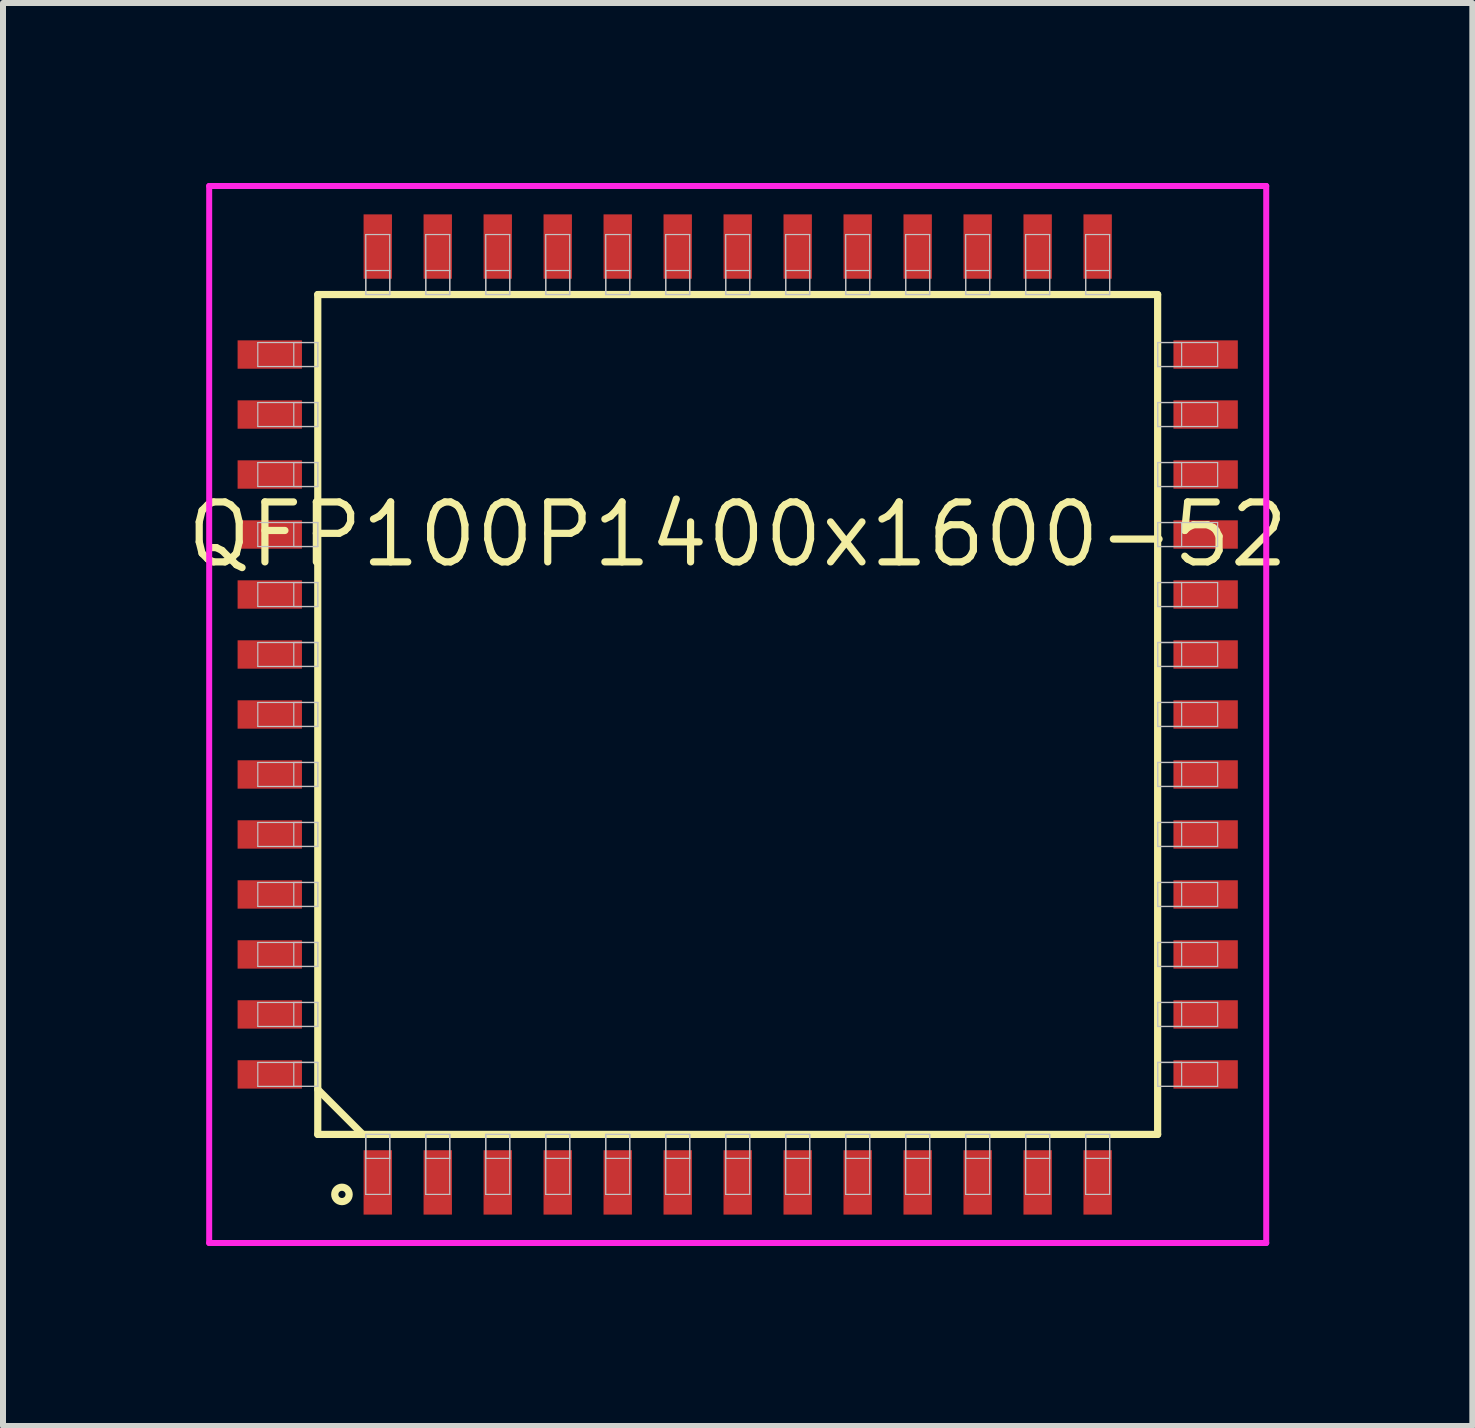
<source format=kicad_pcb>
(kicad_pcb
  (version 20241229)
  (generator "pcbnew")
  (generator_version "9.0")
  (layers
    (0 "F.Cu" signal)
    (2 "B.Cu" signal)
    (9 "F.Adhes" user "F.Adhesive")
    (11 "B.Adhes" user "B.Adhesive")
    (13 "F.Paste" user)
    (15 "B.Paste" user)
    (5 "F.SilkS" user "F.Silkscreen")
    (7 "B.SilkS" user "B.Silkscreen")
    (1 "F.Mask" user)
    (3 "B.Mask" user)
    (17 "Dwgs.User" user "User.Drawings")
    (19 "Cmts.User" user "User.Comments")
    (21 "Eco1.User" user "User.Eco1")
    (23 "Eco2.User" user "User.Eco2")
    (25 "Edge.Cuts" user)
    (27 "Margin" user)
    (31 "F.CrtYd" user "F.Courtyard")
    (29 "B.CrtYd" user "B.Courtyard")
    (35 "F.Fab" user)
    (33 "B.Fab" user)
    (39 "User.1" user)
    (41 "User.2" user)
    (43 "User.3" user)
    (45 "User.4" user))
  (footprint "QFP100P1400x1600-52"
    (layer "F.Cu")
    (at 9.247 8.86)
    (property "Reference" "QFP100P1400x1600-52" (at 0 -3 0) (layer "F.SilkS") (effects (font (size 1 1) (thickness 0.12))))
    (attr through_hole)
    (fp_line (start -7 -7) (end -7 7) (stroke (width 0.12) (type solid)) (layer "F.SilkS"))
    (fp_line (start -7 6.25) (end -6.25 7) (stroke (width 0.12) (type solid)) (layer "F.SilkS"))
    (fp_line (start -7 7) (end 7 7) (stroke (width 0.12) (type solid)) (layer "F.SilkS"))
    (fp_line (start 7 -7) (end -7 -7) (stroke (width 0.12) (type solid)) (layer "F.SilkS"))
    (fp_line (start 7 7) (end 7 -7) (stroke (width 0.12) (type solid)) (layer "F.SilkS"))
    (fp_circle (center -6.597 8) (end -6.477 8) (stroke (width 0.12) (type solid)) (fill no) (layer "F.SilkS"))
    (fp_line (start -8 -6.2) (end -8 -5.8) (stroke (width 0.02) (type solid)) (layer "Dwgs.User"))
    (fp_line (start -8 -5.8) (end -7 -5.8) (stroke (width 0.02) (type solid)) (layer "Dwgs.User"))
    (fp_line (start -8 -5.2) (end -8 -4.8) (stroke (width 0.02) (type solid)) (layer "Dwgs.User"))
    (fp_line (start -8 -4.8) (end -7 -4.8) (stroke (width 0.02) (type solid)) (layer "Dwgs.User"))
    (fp_line (start -8 -4.2) (end -8 -3.8) (stroke (width 0.02) (type solid)) (layer "Dwgs.User"))
    (fp_line (start -8 -3.8) (end -7 -3.8) (stroke (width 0.02) (type solid)) (layer "Dwgs.User"))
    (fp_line (start -8 -3.2) (end -8 -2.8) (stroke (width 0.02) (type solid)) (layer "Dwgs.User"))
    (fp_line (start -8 -2.8) (end -7 -2.8) (stroke (width 0.02) (type solid)) (layer "Dwgs.User"))
    (fp_line (start -8 -2.2) (end -8 -1.8) (stroke (width 0.02) (type solid)) (layer "Dwgs.User"))
    (fp_line (start -8 -1.8) (end -7 -1.8) (stroke (width 0.02) (type solid)) (layer "Dwgs.User"))
    (fp_line (start -8 -1.2) (end -8 -0.8) (stroke (width 0.02) (type solid)) (layer "Dwgs.User"))
    (fp_line (start -8 -0.8) (end -7 -0.8) (stroke (width 0.02) (type solid)) (layer "Dwgs.User"))
    (fp_line (start -8 -0.2) (end -8 0.2) (stroke (width 0.02) (type solid)) (layer "Dwgs.User"))
    (fp_line (start -8 0.2) (end -7 0.2) (stroke (width 0.02) (type solid)) (layer "Dwgs.User"))
    (fp_line (start -8 0.8) (end -8 1.2) (stroke (width 0.02) (type solid)) (layer "Dwgs.User"))
    (fp_line (start -8 1.2) (end -7 1.2) (stroke (width 0.02) (type solid)) (layer "Dwgs.User"))
    (fp_line (start -8 1.8) (end -8 2.2) (stroke (width 0.02) (type solid)) (layer "Dwgs.User"))
    (fp_line (start -8 2.2) (end -7 2.2) (stroke (width 0.02) (type solid)) (layer "Dwgs.User"))
    (fp_line (start -8 2.8) (end -8 3.2) (stroke (width 0.02) (type solid)) (layer "Dwgs.User"))
    (fp_line (start -8 3.2) (end -7 3.2) (stroke (width 0.02) (type solid)) (layer "Dwgs.User"))
    (fp_line (start -8 3.8) (end -8 4.2) (stroke (width 0.02) (type solid)) (layer "Dwgs.User"))
    (fp_line (start -8 4.2) (end -7 4.2) (stroke (width 0.02) (type solid)) (layer "Dwgs.User"))
    (fp_line (start -8 4.8) (end -8 5.2) (stroke (width 0.02) (type solid)) (layer "Dwgs.User"))
    (fp_line (start -8 5.2) (end -7 5.2) (stroke (width 0.02) (type solid)) (layer "Dwgs.User"))
    (fp_line (start -8 5.8) (end -8 6.2) (stroke (width 0.02) (type solid)) (layer "Dwgs.User"))
    (fp_line (start -8 6.2) (end -7 6.2) (stroke (width 0.02) (type solid)) (layer "Dwgs.User"))
    (fp_line (start -7.4 -6.2) (end -7.4 -5.8) (stroke (width 0.02) (type solid)) (layer "Dwgs.User"))
    (fp_line (start -7.4 -5.8) (end -7 -5.8) (stroke (width 0.02) (type solid)) (layer "Dwgs.User"))
    (fp_line (start -7.4 -5.2) (end -7.4 -4.8) (stroke (width 0.02) (type solid)) (layer "Dwgs.User"))
    (fp_line (start -7.4 -4.8) (end -7 -4.8) (stroke (width 0.02) (type solid)) (layer "Dwgs.User"))
    (fp_line (start -7.4 -4.2) (end -7.4 -3.8) (stroke (width 0.02) (type solid)) (layer "Dwgs.User"))
    (fp_line (start -7.4 -3.8) (end -7 -3.8) (stroke (width 0.02) (type solid)) (layer "Dwgs.User"))
    (fp_line (start -7.4 -3.2) (end -7.4 -2.8) (stroke (width 0.02) (type solid)) (layer "Dwgs.User"))
    (fp_line (start -7.4 -2.8) (end -7 -2.8) (stroke (width 0.02) (type solid)) (layer "Dwgs.User"))
    (fp_line (start -7.4 -2.2) (end -7.4 -1.8) (stroke (width 0.02) (type solid)) (layer "Dwgs.User"))
    (fp_line (start -7.4 -1.8) (end -7 -1.8) (stroke (width 0.02) (type solid)) (layer "Dwgs.User"))
    (fp_line (start -7.4 -1.2) (end -7.4 -0.8) (stroke (width 0.02) (type solid)) (layer "Dwgs.User"))
    (fp_line (start -7.4 -0.8) (end -7 -0.8) (stroke (width 0.02) (type solid)) (layer "Dwgs.User"))
    (fp_line (start -7.4 -0.2) (end -7.4 0.2) (stroke (width 0.02) (type solid)) (layer "Dwgs.User"))
    (fp_line (start -7.4 0.2) (end -7 0.2) (stroke (width 0.02) (type solid)) (layer "Dwgs.User"))
    (fp_line (start -7.4 0.8) (end -7.4 1.2) (stroke (width 0.02) (type solid)) (layer "Dwgs.User"))
    (fp_line (start -7.4 1.2) (end -7 1.2) (stroke (width 0.02) (type solid)) (layer "Dwgs.User"))
    (fp_line (start -7.4 1.8) (end -7.4 2.2) (stroke (width 0.02) (type solid)) (layer "Dwgs.User"))
    (fp_line (start -7.4 2.2) (end -7 2.2) (stroke (width 0.02) (type solid)) (layer "Dwgs.User"))
    (fp_line (start -7.4 2.8) (end -7.4 3.2) (stroke (width 0.02) (type solid)) (layer "Dwgs.User"))
    (fp_line (start -7.4 3.2) (end -7 3.2) (stroke (width 0.02) (type solid)) (layer "Dwgs.User"))
    (fp_line (start -7.4 3.8) (end -7.4 4.2) (stroke (width 0.02) (type solid)) (layer "Dwgs.User"))
    (fp_line (start -7.4 4.2) (end -7 4.2) (stroke (width 0.02) (type solid)) (layer "Dwgs.User"))
    (fp_line (start -7.4 4.8) (end -7.4 5.2) (stroke (width 0.02) (type solid)) (layer "Dwgs.User"))
    (fp_line (start -7.4 5.2) (end -7 5.2) (stroke (width 0.02) (type solid)) (layer "Dwgs.User"))
    (fp_line (start -7.4 5.8) (end -7.4 6.2) (stroke (width 0.02) (type solid)) (layer "Dwgs.User"))
    (fp_line (start -7.4 6.2) (end -7 6.2) (stroke (width 0.02) (type solid)) (layer "Dwgs.User"))
    (fp_line (start -7 -6.2) (end -8 -6.2) (stroke (width 0.02) (type solid)) (layer "Dwgs.User"))
    (fp_line (start -7 -6.2) (end -7.4 -6.2) (stroke (width 0.02) (type solid)) (layer "Dwgs.User"))
    (fp_line (start -7 -5.8) (end -7 -6.2) (stroke (width 0.02) (type solid)) (layer "Dwgs.User"))
    (fp_line (start -7 -5.8) (end -7 -6.2) (stroke (width 0.02) (type solid)) (layer "Dwgs.User"))
    (fp_line (start -7 -5.2) (end -8 -5.2) (stroke (width 0.02) (type solid)) (layer "Dwgs.User"))
    (fp_line (start -7 -5.2) (end -7.4 -5.2) (stroke (width 0.02) (type solid)) (layer "Dwgs.User"))
    (fp_line (start -7 -4.8) (end -7 -5.2) (stroke (width 0.02) (type solid)) (layer "Dwgs.User"))
    (fp_line (start -7 -4.8) (end -7 -5.2) (stroke (width 0.02) (type solid)) (layer "Dwgs.User"))
    (fp_line (start -7 -4.2) (end -8 -4.2) (stroke (width 0.02) (type solid)) (layer "Dwgs.User"))
    (fp_line (start -7 -4.2) (end -7.4 -4.2) (stroke (width 0.02) (type solid)) (layer "Dwgs.User"))
    (fp_line (start -7 -3.8) (end -7 -4.2) (stroke (width 0.02) (type solid)) (layer "Dwgs.User"))
    (fp_line (start -7 -3.8) (end -7 -4.2) (stroke (width 0.02) (type solid)) (layer "Dwgs.User"))
    (fp_line (start -7 -3.2) (end -8 -3.2) (stroke (width 0.02) (type solid)) (layer "Dwgs.User"))
    (fp_line (start -7 -3.2) (end -7.4 -3.2) (stroke (width 0.02) (type solid)) (layer "Dwgs.User"))
    (fp_line (start -7 -2.8) (end -7 -3.2) (stroke (width 0.02) (type solid)) (layer "Dwgs.User"))
    (fp_line (start -7 -2.8) (end -7 -3.2) (stroke (width 0.02) (type solid)) (layer "Dwgs.User"))
    (fp_line (start -7 -2.2) (end -8 -2.2) (stroke (width 0.02) (type solid)) (layer "Dwgs.User"))
    (fp_line (start -7 -2.2) (end -7.4 -2.2) (stroke (width 0.02) (type solid)) (layer "Dwgs.User"))
    (fp_line (start -7 -1.8) (end -7 -2.2) (stroke (width 0.02) (type solid)) (layer "Dwgs.User"))
    (fp_line (start -7 -1.8) (end -7 -2.2) (stroke (width 0.02) (type solid)) (layer "Dwgs.User"))
    (fp_line (start -7 -1.2) (end -8 -1.2) (stroke (width 0.02) (type solid)) (layer "Dwgs.User"))
    (fp_line (start -7 -1.2) (end -7.4 -1.2) (stroke (width 0.02) (type solid)) (layer "Dwgs.User"))
    (fp_line (start -7 -0.8) (end -7 -1.2) (stroke (width 0.02) (type solid)) (layer "Dwgs.User"))
    (fp_line (start -7 -0.8) (end -7 -1.2) (stroke (width 0.02) (type solid)) (layer "Dwgs.User"))
    (fp_line (start -7 -0.2) (end -8 -0.2) (stroke (width 0.02) (type solid)) (layer "Dwgs.User"))
    (fp_line (start -7 -0.2) (end -7.4 -0.2) (stroke (width 0.02) (type solid)) (layer "Dwgs.User"))
    (fp_line (start -7 0.2) (end -7 -0.2) (stroke (width 0.02) (type solid)) (layer "Dwgs.User"))
    (fp_line (start -7 0.2) (end -7 -0.2) (stroke (width 0.02) (type solid)) (layer "Dwgs.User"))
    (fp_line (start -7 0.8) (end -8 0.8) (stroke (width 0.02) (type solid)) (layer "Dwgs.User"))
    (fp_line (start -7 0.8) (end -7.4 0.8) (stroke (width 0.02) (type solid)) (layer "Dwgs.User"))
    (fp_line (start -7 1.2) (end -7 0.8) (stroke (width 0.02) (type solid)) (layer "Dwgs.User"))
    (fp_line (start -7 1.2) (end -7 0.8) (stroke (width 0.02) (type solid)) (layer "Dwgs.User"))
    (fp_line (start -7 1.8) (end -8 1.8) (stroke (width 0.02) (type solid)) (layer "Dwgs.User"))
    (fp_line (start -7 1.8) (end -7.4 1.8) (stroke (width 0.02) (type solid)) (layer "Dwgs.User"))
    (fp_line (start -7 2.2) (end -7 1.8) (stroke (width 0.02) (type solid)) (layer "Dwgs.User"))
    (fp_line (start -7 2.2) (end -7 1.8) (stroke (width 0.02) (type solid)) (layer "Dwgs.User"))
    (fp_line (start -7 2.8) (end -8 2.8) (stroke (width 0.02) (type solid)) (layer "Dwgs.User"))
    (fp_line (start -7 2.8) (end -7.4 2.8) (stroke (width 0.02) (type solid)) (layer "Dwgs.User"))
    (fp_line (start -7 3.2) (end -7 2.8) (stroke (width 0.02) (type solid)) (layer "Dwgs.User"))
    (fp_line (start -7 3.2) (end -7 2.8) (stroke (width 0.02) (type solid)) (layer "Dwgs.User"))
    (fp_line (start -7 3.8) (end -8 3.8) (stroke (width 0.02) (type solid)) (layer "Dwgs.User"))
    (fp_line (start -7 3.8) (end -7.4 3.8) (stroke (width 0.02) (type solid)) (layer "Dwgs.User"))
    (fp_line (start -7 4.2) (end -7 3.8) (stroke (width 0.02) (type solid)) (layer "Dwgs.User"))
    (fp_line (start -7 4.2) (end -7 3.8) (stroke (width 0.02) (type solid)) (layer "Dwgs.User"))
    (fp_line (start -7 4.8) (end -8 4.8) (stroke (width 0.02) (type solid)) (layer "Dwgs.User"))
    (fp_line (start -7 4.8) (end -7.4 4.8) (stroke (width 0.02) (type solid)) (layer "Dwgs.User"))
    (fp_line (start -7 5.2) (end -7 4.8) (stroke (width 0.02) (type solid)) (layer "Dwgs.User"))
    (fp_line (start -7 5.2) (end -7 4.8) (stroke (width 0.02) (type solid)) (layer "Dwgs.User"))
    (fp_line (start -7 5.8) (end -8 5.8) (stroke (width 0.02) (type solid)) (layer "Dwgs.User"))
    (fp_line (start -7 5.8) (end -7.4 5.8) (stroke (width 0.02) (type solid)) (layer "Dwgs.User"))
    (fp_line (start -7 6.2) (end -7 5.8) (stroke (width 0.02) (type solid)) (layer "Dwgs.User"))
    (fp_line (start -7 6.2) (end -7 5.8) (stroke (width 0.02) (type solid)) (layer "Dwgs.User"))
    (fp_line (start -6.2 -8) (end -6.2 -7) (stroke (width 0.02) (type solid)) (layer "Dwgs.User"))
    (fp_line (start -6.2 -7.4) (end -6.2 -7) (stroke (width 0.02) (type solid)) (layer "Dwgs.User"))
    (fp_line (start -6.2 -7) (end -5.8 -7) (stroke (width 0.02) (type solid)) (layer "Dwgs.User"))
    (fp_line (start -6.2 -7) (end -5.8 -7) (stroke (width 0.02) (type solid)) (layer "Dwgs.User"))
    (fp_line (start -6.2 7) (end -5.8 7) (stroke (width 0.02) (type solid)) (layer "Dwgs.User"))
    (fp_line (start -6.2 7) (end -5.8 7) (stroke (width 0.02) (type solid)) (layer "Dwgs.User"))
    (fp_line (start -6.2 7.4) (end -6.2 7) (stroke (width 0.02) (type solid)) (layer "Dwgs.User"))
    (fp_line (start -6.2 8) (end -6.2 7) (stroke (width 0.02) (type solid)) (layer "Dwgs.User"))
    (fp_line (start -5.8 -8) (end -6.2 -8) (stroke (width 0.02) (type solid)) (layer "Dwgs.User"))
    (fp_line (start -5.8 -7.4) (end -6.2 -7.4) (stroke (width 0.02) (type solid)) (layer "Dwgs.User"))
    (fp_line (start -5.8 -7) (end -5.8 -8) (stroke (width 0.02) (type solid)) (layer "Dwgs.User"))
    (fp_line (start -5.8 -7) (end -5.8 -7.4) (stroke (width 0.02) (type solid)) (layer "Dwgs.User"))
    (fp_line (start -5.8 7) (end -5.8 7.4) (stroke (width 0.02) (type solid)) (layer "Dwgs.User"))
    (fp_line (start -5.8 7) (end -5.8 8) (stroke (width 0.02) (type solid)) (layer "Dwgs.User"))
    (fp_line (start -5.8 7.4) (end -6.2 7.4) (stroke (width 0.02) (type solid)) (layer "Dwgs.User"))
    (fp_line (start -5.8 8) (end -6.2 8) (stroke (width 0.02) (type solid)) (layer "Dwgs.User"))
    (fp_line (start -5.2 -8) (end -5.2 -7) (stroke (width 0.02) (type solid)) (layer "Dwgs.User"))
    (fp_line (start -5.2 -7.4) (end -5.2 -7) (stroke (width 0.02) (type solid)) (layer "Dwgs.User"))
    (fp_line (start -5.2 -7) (end -4.8 -7) (stroke (width 0.02) (type solid)) (layer "Dwgs.User"))
    (fp_line (start -5.2 -7) (end -4.8 -7) (stroke (width 0.02) (type solid)) (layer "Dwgs.User"))
    (fp_line (start -5.2 7) (end -4.8 7) (stroke (width 0.02) (type solid)) (layer "Dwgs.User"))
    (fp_line (start -5.2 7) (end -4.8 7) (stroke (width 0.02) (type solid)) (layer "Dwgs.User"))
    (fp_line (start -5.2 7.4) (end -5.2 7) (stroke (width 0.02) (type solid)) (layer "Dwgs.User"))
    (fp_line (start -5.2 8) (end -5.2 7) (stroke (width 0.02) (type solid)) (layer "Dwgs.User"))
    (fp_line (start -4.8 -8) (end -5.2 -8) (stroke (width 0.02) (type solid)) (layer "Dwgs.User"))
    (fp_line (start -4.8 -7.4) (end -5.2 -7.4) (stroke (width 0.02) (type solid)) (layer "Dwgs.User"))
    (fp_line (start -4.8 -7) (end -4.8 -8) (stroke (width 0.02) (type solid)) (layer "Dwgs.User"))
    (fp_line (start -4.8 -7) (end -4.8 -7.4) (stroke (width 0.02) (type solid)) (layer "Dwgs.User"))
    (fp_line (start -4.8 7) (end -4.8 7.4) (stroke (width 0.02) (type solid)) (layer "Dwgs.User"))
    (fp_line (start -4.8 7) (end -4.8 8) (stroke (width 0.02) (type solid)) (layer "Dwgs.User"))
    (fp_line (start -4.8 7.4) (end -5.2 7.4) (stroke (width 0.02) (type solid)) (layer "Dwgs.User"))
    (fp_line (start -4.8 8) (end -5.2 8) (stroke (width 0.02) (type solid)) (layer "Dwgs.User"))
    (fp_line (start -4.2 -8) (end -4.2 -7) (stroke (width 0.02) (type solid)) (layer "Dwgs.User"))
    (fp_line (start -4.2 -7.4) (end -4.2 -7) (stroke (width 0.02) (type solid)) (layer "Dwgs.User"))
    (fp_line (start -4.2 -7) (end -3.8 -7) (stroke (width 0.02) (type solid)) (layer "Dwgs.User"))
    (fp_line (start -4.2 -7) (end -3.8 -7) (stroke (width 0.02) (type solid)) (layer "Dwgs.User"))
    (fp_line (start -4.2 7) (end -3.8 7) (stroke (width 0.02) (type solid)) (layer "Dwgs.User"))
    (fp_line (start -4.2 7) (end -3.8 7) (stroke (width 0.02) (type solid)) (layer "Dwgs.User"))
    (fp_line (start -4.2 7.4) (end -4.2 7) (stroke (width 0.02) (type solid)) (layer "Dwgs.User"))
    (fp_line (start -4.2 8) (end -4.2 7) (stroke (width 0.02) (type solid)) (layer "Dwgs.User"))
    (fp_line (start -3.8 -8) (end -4.2 -8) (stroke (width 0.02) (type solid)) (layer "Dwgs.User"))
    (fp_line (start -3.8 -7.4) (end -4.2 -7.4) (stroke (width 0.02) (type solid)) (layer "Dwgs.User"))
    (fp_line (start -3.8 -7) (end -3.8 -8) (stroke (width 0.02) (type solid)) (layer "Dwgs.User"))
    (fp_line (start -3.8 -7) (end -3.8 -7.4) (stroke (width 0.02) (type solid)) (layer "Dwgs.User"))
    (fp_line (start -3.8 7) (end -3.8 7.4) (stroke (width 0.02) (type solid)) (layer "Dwgs.User"))
    (fp_line (start -3.8 7) (end -3.8 8) (stroke (width 0.02) (type solid)) (layer "Dwgs.User"))
    (fp_line (start -3.8 7.4) (end -4.2 7.4) (stroke (width 0.02) (type solid)) (layer "Dwgs.User"))
    (fp_line (start -3.8 8) (end -4.2 8) (stroke (width 0.02) (type solid)) (layer "Dwgs.User"))
    (fp_line (start -3.2 -8) (end -3.2 -7) (stroke (width 0.02) (type solid)) (layer "Dwgs.User"))
    (fp_line (start -3.2 -7.4) (end -3.2 -7) (stroke (width 0.02) (type solid)) (layer "Dwgs.User"))
    (fp_line (start -3.2 -7) (end -2.8 -7) (stroke (width 0.02) (type solid)) (layer "Dwgs.User"))
    (fp_line (start -3.2 -7) (end -2.8 -7) (stroke (width 0.02) (type solid)) (layer "Dwgs.User"))
    (fp_line (start -3.2 7) (end -2.8 7) (stroke (width 0.02) (type solid)) (layer "Dwgs.User"))
    (fp_line (start -3.2 7) (end -2.8 7) (stroke (width 0.02) (type solid)) (layer "Dwgs.User"))
    (fp_line (start -3.2 7.4) (end -3.2 7) (stroke (width 0.02) (type solid)) (layer "Dwgs.User"))
    (fp_line (start -3.2 8) (end -3.2 7) (stroke (width 0.02) (type solid)) (layer "Dwgs.User"))
    (fp_line (start -2.8 -8) (end -3.2 -8) (stroke (width 0.02) (type solid)) (layer "Dwgs.User"))
    (fp_line (start -2.8 -7.4) (end -3.2 -7.4) (stroke (width 0.02) (type solid)) (layer "Dwgs.User"))
    (fp_line (start -2.8 -7) (end -2.8 -8) (stroke (width 0.02) (type solid)) (layer "Dwgs.User"))
    (fp_line (start -2.8 -7) (end -2.8 -7.4) (stroke (width 0.02) (type solid)) (layer "Dwgs.User"))
    (fp_line (start -2.8 7) (end -2.8 7.4) (stroke (width 0.02) (type solid)) (layer "Dwgs.User"))
    (fp_line (start -2.8 7) (end -2.8 8) (stroke (width 0.02) (type solid)) (layer "Dwgs.User"))
    (fp_line (start -2.8 7.4) (end -3.2 7.4) (stroke (width 0.02) (type solid)) (layer "Dwgs.User"))
    (fp_line (start -2.8 8) (end -3.2 8) (stroke (width 0.02) (type solid)) (layer "Dwgs.User"))
    (fp_line (start -2.2 -8) (end -2.2 -7) (stroke (width 0.02) (type solid)) (layer "Dwgs.User"))
    (fp_line (start -2.2 -7.4) (end -2.2 -7) (stroke (width 0.02) (type solid)) (layer "Dwgs.User"))
    (fp_line (start -2.2 -7) (end -1.8 -7) (stroke (width 0.02) (type solid)) (layer "Dwgs.User"))
    (fp_line (start -2.2 -7) (end -1.8 -7) (stroke (width 0.02) (type solid)) (layer "Dwgs.User"))
    (fp_line (start -2.2 7) (end -1.8 7) (stroke (width 0.02) (type solid)) (layer "Dwgs.User"))
    (fp_line (start -2.2 7) (end -1.8 7) (stroke (width 0.02) (type solid)) (layer "Dwgs.User"))
    (fp_line (start -2.2 7.4) (end -2.2 7) (stroke (width 0.02) (type solid)) (layer "Dwgs.User"))
    (fp_line (start -2.2 8) (end -2.2 7) (stroke (width 0.02) (type solid)) (layer "Dwgs.User"))
    (fp_line (start -1.8 -8) (end -2.2 -8) (stroke (width 0.02) (type solid)) (layer "Dwgs.User"))
    (fp_line (start -1.8 -7.4) (end -2.2 -7.4) (stroke (width 0.02) (type solid)) (layer "Dwgs.User"))
    (fp_line (start -1.8 -7) (end -1.8 -8) (stroke (width 0.02) (type solid)) (layer "Dwgs.User"))
    (fp_line (start -1.8 -7) (end -1.8 -7.4) (stroke (width 0.02) (type solid)) (layer "Dwgs.User"))
    (fp_line (start -1.8 7) (end -1.8 7.4) (stroke (width 0.02) (type solid)) (layer "Dwgs.User"))
    (fp_line (start -1.8 7) (end -1.8 8) (stroke (width 0.02) (type solid)) (layer "Dwgs.User"))
    (fp_line (start -1.8 7.4) (end -2.2 7.4) (stroke (width 0.02) (type solid)) (layer "Dwgs.User"))
    (fp_line (start -1.8 8) (end -2.2 8) (stroke (width 0.02) (type solid)) (layer "Dwgs.User"))
    (fp_line (start -1.2 -8) (end -1.2 -7) (stroke (width 0.02) (type solid)) (layer "Dwgs.User"))
    (fp_line (start -1.2 -7.4) (end -1.2 -7) (stroke (width 0.02) (type solid)) (layer "Dwgs.User"))
    (fp_line (start -1.2 -7) (end -0.8 -7) (stroke (width 0.02) (type solid)) (layer "Dwgs.User"))
    (fp_line (start -1.2 -7) (end -0.8 -7) (stroke (width 0.02) (type solid)) (layer "Dwgs.User"))
    (fp_line (start -1.2 7) (end -0.8 7) (stroke (width 0.02) (type solid)) (layer "Dwgs.User"))
    (fp_line (start -1.2 7) (end -0.8 7) (stroke (width 0.02) (type solid)) (layer "Dwgs.User"))
    (fp_line (start -1.2 7.4) (end -1.2 7) (stroke (width 0.02) (type solid)) (layer "Dwgs.User"))
    (fp_line (start -1.2 8) (end -1.2 7) (stroke (width 0.02) (type solid)) (layer "Dwgs.User"))
    (fp_line (start -0.8 -8) (end -1.2 -8) (stroke (width 0.02) (type solid)) (layer "Dwgs.User"))
    (fp_line (start -0.8 -7.4) (end -1.2 -7.4) (stroke (width 0.02) (type solid)) (layer "Dwgs.User"))
    (fp_line (start -0.8 -7) (end -0.8 -8) (stroke (width 0.02) (type solid)) (layer "Dwgs.User"))
    (fp_line (start -0.8 -7) (end -0.8 -7.4) (stroke (width 0.02) (type solid)) (layer "Dwgs.User"))
    (fp_line (start -0.8 7) (end -0.8 7.4) (stroke (width 0.02) (type solid)) (layer "Dwgs.User"))
    (fp_line (start -0.8 7) (end -0.8 8) (stroke (width 0.02) (type solid)) (layer "Dwgs.User"))
    (fp_line (start -0.8 7.4) (end -1.2 7.4) (stroke (width 0.02) (type solid)) (layer "Dwgs.User"))
    (fp_line (start -0.8 8) (end -1.2 8) (stroke (width 0.02) (type solid)) (layer "Dwgs.User"))
    (fp_line (start -0.2 -8) (end -0.2 -7) (stroke (width 0.02) (type solid)) (layer "Dwgs.User"))
    (fp_line (start -0.2 -7.4) (end -0.2 -7) (stroke (width 0.02) (type solid)) (layer "Dwgs.User"))
    (fp_line (start -0.2 -7) (end 0.2 -7) (stroke (width 0.02) (type solid)) (layer "Dwgs.User"))
    (fp_line (start -0.2 -7) (end 0.2 -7) (stroke (width 0.02) (type solid)) (layer "Dwgs.User"))
    (fp_line (start -0.2 7) (end 0.2 7) (stroke (width 0.02) (type solid)) (layer "Dwgs.User"))
    (fp_line (start -0.2 7) (end 0.2 7) (stroke (width 0.02) (type solid)) (layer "Dwgs.User"))
    (fp_line (start -0.2 7.4) (end -0.2 7) (stroke (width 0.02) (type solid)) (layer "Dwgs.User"))
    (fp_line (start -0.2 8) (end -0.2 7) (stroke (width 0.02) (type solid)) (layer "Dwgs.User"))
    (fp_line (start 0.2 -8) (end -0.2 -8) (stroke (width 0.02) (type solid)) (layer "Dwgs.User"))
    (fp_line (start 0.2 -7.4) (end -0.2 -7.4) (stroke (width 0.02) (type solid)) (layer "Dwgs.User"))
    (fp_line (start 0.2 -7) (end 0.2 -8) (stroke (width 0.02) (type solid)) (layer "Dwgs.User"))
    (fp_line (start 0.2 -7) (end 0.2 -7.4) (stroke (width 0.02) (type solid)) (layer "Dwgs.User"))
    (fp_line (start 0.2 7) (end 0.2 7.4) (stroke (width 0.02) (type solid)) (layer "Dwgs.User"))
    (fp_line (start 0.2 7) (end 0.2 8) (stroke (width 0.02) (type solid)) (layer "Dwgs.User"))
    (fp_line (start 0.2 7.4) (end -0.2 7.4) (stroke (width 0.02) (type solid)) (layer "Dwgs.User"))
    (fp_line (start 0.2 8) (end -0.2 8) (stroke (width 0.02) (type solid)) (layer "Dwgs.User"))
    (fp_line (start 0.8 -8) (end 0.8 -7) (stroke (width 0.02) (type solid)) (layer "Dwgs.User"))
    (fp_line (start 0.8 -7.4) (end 0.8 -7) (stroke (width 0.02) (type solid)) (layer "Dwgs.User"))
    (fp_line (start 0.8 -7) (end 1.2 -7) (stroke (width 0.02) (type solid)) (layer "Dwgs.User"))
    (fp_line (start 0.8 -7) (end 1.2 -7) (stroke (width 0.02) (type solid)) (layer "Dwgs.User"))
    (fp_line (start 0.8 7) (end 1.2 7) (stroke (width 0.02) (type solid)) (layer "Dwgs.User"))
    (fp_line (start 0.8 7) (end 1.2 7) (stroke (width 0.02) (type solid)) (layer "Dwgs.User"))
    (fp_line (start 0.8 7.4) (end 0.8 7) (stroke (width 0.02) (type solid)) (layer "Dwgs.User"))
    (fp_line (start 0.8 8) (end 0.8 7) (stroke (width 0.02) (type solid)) (layer "Dwgs.User"))
    (fp_line (start 1.2 -8) (end 0.8 -8) (stroke (width 0.02) (type solid)) (layer "Dwgs.User"))
    (fp_line (start 1.2 -7.4) (end 0.8 -7.4) (stroke (width 0.02) (type solid)) (layer "Dwgs.User"))
    (fp_line (start 1.2 -7) (end 1.2 -8) (stroke (width 0.02) (type solid)) (layer "Dwgs.User"))
    (fp_line (start 1.2 -7) (end 1.2 -7.4) (stroke (width 0.02) (type solid)) (layer "Dwgs.User"))
    (fp_line (start 1.2 7) (end 1.2 7.4) (stroke (width 0.02) (type solid)) (layer "Dwgs.User"))
    (fp_line (start 1.2 7) (end 1.2 8) (stroke (width 0.02) (type solid)) (layer "Dwgs.User"))
    (fp_line (start 1.2 7.4) (end 0.8 7.4) (stroke (width 0.02) (type solid)) (layer "Dwgs.User"))
    (fp_line (start 1.2 8) (end 0.8 8) (stroke (width 0.02) (type solid)) (layer "Dwgs.User"))
    (fp_line (start 1.8 -8) (end 1.8 -7) (stroke (width 0.02) (type solid)) (layer "Dwgs.User"))
    (fp_line (start 1.8 -7.4) (end 1.8 -7) (stroke (width 0.02) (type solid)) (layer "Dwgs.User"))
    (fp_line (start 1.8 -7) (end 2.2 -7) (stroke (width 0.02) (type solid)) (layer "Dwgs.User"))
    (fp_line (start 1.8 -7) (end 2.2 -7) (stroke (width 0.02) (type solid)) (layer "Dwgs.User"))
    (fp_line (start 1.8 7) (end 2.2 7) (stroke (width 0.02) (type solid)) (layer "Dwgs.User"))
    (fp_line (start 1.8 7) (end 2.2 7) (stroke (width 0.02) (type solid)) (layer "Dwgs.User"))
    (fp_line (start 1.8 7.4) (end 1.8 7) (stroke (width 0.02) (type solid)) (layer "Dwgs.User"))
    (fp_line (start 1.8 8) (end 1.8 7) (stroke (width 0.02) (type solid)) (layer "Dwgs.User"))
    (fp_line (start 2.2 -8) (end 1.8 -8) (stroke (width 0.02) (type solid)) (layer "Dwgs.User"))
    (fp_line (start 2.2 -7.4) (end 1.8 -7.4) (stroke (width 0.02) (type solid)) (layer "Dwgs.User"))
    (fp_line (start 2.2 -7) (end 2.2 -8) (stroke (width 0.02) (type solid)) (layer "Dwgs.User"))
    (fp_line (start 2.2 -7) (end 2.2 -7.4) (stroke (width 0.02) (type solid)) (layer "Dwgs.User"))
    (fp_line (start 2.2 7) (end 2.2 7.4) (stroke (width 0.02) (type solid)) (layer "Dwgs.User"))
    (fp_line (start 2.2 7) (end 2.2 8) (stroke (width 0.02) (type solid)) (layer "Dwgs.User"))
    (fp_line (start 2.2 7.4) (end 1.8 7.4) (stroke (width 0.02) (type solid)) (layer "Dwgs.User"))
    (fp_line (start 2.2 8) (end 1.8 8) (stroke (width 0.02) (type solid)) (layer "Dwgs.User"))
    (fp_line (start 2.8 -8) (end 2.8 -7) (stroke (width 0.02) (type solid)) (layer "Dwgs.User"))
    (fp_line (start 2.8 -7.4) (end 2.8 -7) (stroke (width 0.02) (type solid)) (layer "Dwgs.User"))
    (fp_line (start 2.8 -7) (end 3.2 -7) (stroke (width 0.02) (type solid)) (layer "Dwgs.User"))
    (fp_line (start 2.8 -7) (end 3.2 -7) (stroke (width 0.02) (type solid)) (layer "Dwgs.User"))
    (fp_line (start 2.8 7) (end 3.2 7) (stroke (width 0.02) (type solid)) (layer "Dwgs.User"))
    (fp_line (start 2.8 7) (end 3.2 7) (stroke (width 0.02) (type solid)) (layer "Dwgs.User"))
    (fp_line (start 2.8 7.4) (end 2.8 7) (stroke (width 0.02) (type solid)) (layer "Dwgs.User"))
    (fp_line (start 2.8 8) (end 2.8 7) (stroke (width 0.02) (type solid)) (layer "Dwgs.User"))
    (fp_line (start 3.2 -8) (end 2.8 -8) (stroke (width 0.02) (type solid)) (layer "Dwgs.User"))
    (fp_line (start 3.2 -7.4) (end 2.8 -7.4) (stroke (width 0.02) (type solid)) (layer "Dwgs.User"))
    (fp_line (start 3.2 -7) (end 3.2 -8) (stroke (width 0.02) (type solid)) (layer "Dwgs.User"))
    (fp_line (start 3.2 -7) (end 3.2 -7.4) (stroke (width 0.02) (type solid)) (layer "Dwgs.User"))
    (fp_line (start 3.2 7) (end 3.2 7.4) (stroke (width 0.02) (type solid)) (layer "Dwgs.User"))
    (fp_line (start 3.2 7) (end 3.2 8) (stroke (width 0.02) (type solid)) (layer "Dwgs.User"))
    (fp_line (start 3.2 7.4) (end 2.8 7.4) (stroke (width 0.02) (type solid)) (layer "Dwgs.User"))
    (fp_line (start 3.2 8) (end 2.8 8) (stroke (width 0.02) (type solid)) (layer "Dwgs.User"))
    (fp_line (start 3.8 -8) (end 3.8 -7) (stroke (width 0.02) (type solid)) (layer "Dwgs.User"))
    (fp_line (start 3.8 -7.4) (end 3.8 -7) (stroke (width 0.02) (type solid)) (layer "Dwgs.User"))
    (fp_line (start 3.8 -7) (end 4.2 -7) (stroke (width 0.02) (type solid)) (layer "Dwgs.User"))
    (fp_line (start 3.8 -7) (end 4.2 -7) (stroke (width 0.02) (type solid)) (layer "Dwgs.User"))
    (fp_line (start 3.8 7) (end 4.2 7) (stroke (width 0.02) (type solid)) (layer "Dwgs.User"))
    (fp_line (start 3.8 7) (end 4.2 7) (stroke (width 0.02) (type solid)) (layer "Dwgs.User"))
    (fp_line (start 3.8 7.4) (end 3.8 7) (stroke (width 0.02) (type solid)) (layer "Dwgs.User"))
    (fp_line (start 3.8 8) (end 3.8 7) (stroke (width 0.02) (type solid)) (layer "Dwgs.User"))
    (fp_line (start 4.2 -8) (end 3.8 -8) (stroke (width 0.02) (type solid)) (layer "Dwgs.User"))
    (fp_line (start 4.2 -7.4) (end 3.8 -7.4) (stroke (width 0.02) (type solid)) (layer "Dwgs.User"))
    (fp_line (start 4.2 -7) (end 4.2 -8) (stroke (width 0.02) (type solid)) (layer "Dwgs.User"))
    (fp_line (start 4.2 -7) (end 4.2 -7.4) (stroke (width 0.02) (type solid)) (layer "Dwgs.User"))
    (fp_line (start 4.2 7) (end 4.2 7.4) (stroke (width 0.02) (type solid)) (layer "Dwgs.User"))
    (fp_line (start 4.2 7) (end 4.2 8) (stroke (width 0.02) (type solid)) (layer "Dwgs.User"))
    (fp_line (start 4.2 7.4) (end 3.8 7.4) (stroke (width 0.02) (type solid)) (layer "Dwgs.User"))
    (fp_line (start 4.2 8) (end 3.8 8) (stroke (width 0.02) (type solid)) (layer "Dwgs.User"))
    (fp_line (start 4.8 -8) (end 4.8 -7) (stroke (width 0.02) (type solid)) (layer "Dwgs.User"))
    (fp_line (start 4.8 -7.4) (end 4.8 -7) (stroke (width 0.02) (type solid)) (layer "Dwgs.User"))
    (fp_line (start 4.8 -7) (end 5.2 -7) (stroke (width 0.02) (type solid)) (layer "Dwgs.User"))
    (fp_line (start 4.8 -7) (end 5.2 -7) (stroke (width 0.02) (type solid)) (layer "Dwgs.User"))
    (fp_line (start 4.8 7) (end 5.2 7) (stroke (width 0.02) (type solid)) (layer "Dwgs.User"))
    (fp_line (start 4.8 7) (end 5.2 7) (stroke (width 0.02) (type solid)) (layer "Dwgs.User"))
    (fp_line (start 4.8 7.4) (end 4.8 7) (stroke (width 0.02) (type solid)) (layer "Dwgs.User"))
    (fp_line (start 4.8 8) (end 4.8 7) (stroke (width 0.02) (type solid)) (layer "Dwgs.User"))
    (fp_line (start 5.2 -8) (end 4.8 -8) (stroke (width 0.02) (type solid)) (layer "Dwgs.User"))
    (fp_line (start 5.2 -7.4) (end 4.8 -7.4) (stroke (width 0.02) (type solid)) (layer "Dwgs.User"))
    (fp_line (start 5.2 -7) (end 5.2 -8) (stroke (width 0.02) (type solid)) (layer "Dwgs.User"))
    (fp_line (start 5.2 -7) (end 5.2 -7.4) (stroke (width 0.02) (type solid)) (layer "Dwgs.User"))
    (fp_line (start 5.2 7) (end 5.2 7.4) (stroke (width 0.02) (type solid)) (layer "Dwgs.User"))
    (fp_line (start 5.2 7) (end 5.2 8) (stroke (width 0.02) (type solid)) (layer "Dwgs.User"))
    (fp_line (start 5.2 7.4) (end 4.8 7.4) (stroke (width 0.02) (type solid)) (layer "Dwgs.User"))
    (fp_line (start 5.2 8) (end 4.8 8) (stroke (width 0.02) (type solid)) (layer "Dwgs.User"))
    (fp_line (start 5.8 -8) (end 5.8 -7) (stroke (width 0.02) (type solid)) (layer "Dwgs.User"))
    (fp_line (start 5.8 -7.4) (end 5.8 -7) (stroke (width 0.02) (type solid)) (layer "Dwgs.User"))
    (fp_line (start 5.8 -7) (end 6.2 -7) (stroke (width 0.02) (type solid)) (layer "Dwgs.User"))
    (fp_line (start 5.8 -7) (end 6.2 -7) (stroke (width 0.02) (type solid)) (layer "Dwgs.User"))
    (fp_line (start 5.8 7) (end 6.2 7) (stroke (width 0.02) (type solid)) (layer "Dwgs.User"))
    (fp_line (start 5.8 7) (end 6.2 7) (stroke (width 0.02) (type solid)) (layer "Dwgs.User"))
    (fp_line (start 5.8 7.4) (end 5.8 7) (stroke (width 0.02) (type solid)) (layer "Dwgs.User"))
    (fp_line (start 5.8 8) (end 5.8 7) (stroke (width 0.02) (type solid)) (layer "Dwgs.User"))
    (fp_line (start 6.2 -8) (end 5.8 -8) (stroke (width 0.02) (type solid)) (layer "Dwgs.User"))
    (fp_line (start 6.2 -7.4) (end 5.8 -7.4) (stroke (width 0.02) (type solid)) (layer "Dwgs.User"))
    (fp_line (start 6.2 -7) (end 6.2 -8) (stroke (width 0.02) (type solid)) (layer "Dwgs.User"))
    (fp_line (start 6.2 -7) (end 6.2 -7.4) (stroke (width 0.02) (type solid)) (layer "Dwgs.User"))
    (fp_line (start 6.2 7) (end 6.2 7.4) (stroke (width 0.02) (type solid)) (layer "Dwgs.User"))
    (fp_line (start 6.2 7) (end 6.2 8) (stroke (width 0.02) (type solid)) (layer "Dwgs.User"))
    (fp_line (start 6.2 7.4) (end 5.8 7.4) (stroke (width 0.02) (type solid)) (layer "Dwgs.User"))
    (fp_line (start 6.2 8) (end 5.8 8) (stroke (width 0.02) (type solid)) (layer "Dwgs.User"))
    (fp_line (start 7 -6.2) (end 7.4 -6.2) (stroke (width 0.02) (type solid)) (layer "Dwgs.User"))
    (fp_line (start 7 -6.2) (end 8 -6.2) (stroke (width 0.02) (type solid)) (layer "Dwgs.User"))
    (fp_line (start 7 -5.8) (end 7 -6.2) (stroke (width 0.02) (type solid)) (layer "Dwgs.User"))
    (fp_line (start 7 -5.8) (end 7 -6.2) (stroke (width 0.02) (type solid)) (layer "Dwgs.User"))
    (fp_line (start 7 -5.2) (end 7.4 -5.2) (stroke (width 0.02) (type solid)) (layer "Dwgs.User"))
    (fp_line (start 7 -5.2) (end 8 -5.2) (stroke (width 0.02) (type solid)) (layer "Dwgs.User"))
    (fp_line (start 7 -4.8) (end 7 -5.2) (stroke (width 0.02) (type solid)) (layer "Dwgs.User"))
    (fp_line (start 7 -4.8) (end 7 -5.2) (stroke (width 0.02) (type solid)) (layer "Dwgs.User"))
    (fp_line (start 7 -4.2) (end 7.4 -4.2) (stroke (width 0.02) (type solid)) (layer "Dwgs.User"))
    (fp_line (start 7 -4.2) (end 8 -4.2) (stroke (width 0.02) (type solid)) (layer "Dwgs.User"))
    (fp_line (start 7 -3.8) (end 7 -4.2) (stroke (width 0.02) (type solid)) (layer "Dwgs.User"))
    (fp_line (start 7 -3.8) (end 7 -4.2) (stroke (width 0.02) (type solid)) (layer "Dwgs.User"))
    (fp_line (start 7 -3.2) (end 7.4 -3.2) (stroke (width 0.02) (type solid)) (layer "Dwgs.User"))
    (fp_line (start 7 -3.2) (end 8 -3.2) (stroke (width 0.02) (type solid)) (layer "Dwgs.User"))
    (fp_line (start 7 -2.8) (end 7 -3.2) (stroke (width 0.02) (type solid)) (layer "Dwgs.User"))
    (fp_line (start 7 -2.8) (end 7 -3.2) (stroke (width 0.02) (type solid)) (layer "Dwgs.User"))
    (fp_line (start 7 -2.2) (end 7.4 -2.2) (stroke (width 0.02) (type solid)) (layer "Dwgs.User"))
    (fp_line (start 7 -2.2) (end 8 -2.2) (stroke (width 0.02) (type solid)) (layer "Dwgs.User"))
    (fp_line (start 7 -1.8) (end 7 -2.2) (stroke (width 0.02) (type solid)) (layer "Dwgs.User"))
    (fp_line (start 7 -1.8) (end 7 -2.2) (stroke (width 0.02) (type solid)) (layer "Dwgs.User"))
    (fp_line (start 7 -1.2) (end 7.4 -1.2) (stroke (width 0.02) (type solid)) (layer "Dwgs.User"))
    (fp_line (start 7 -1.2) (end 8 -1.2) (stroke (width 0.02) (type solid)) (layer "Dwgs.User"))
    (fp_line (start 7 -0.8) (end 7 -1.2) (stroke (width 0.02) (type solid)) (layer "Dwgs.User"))
    (fp_line (start 7 -0.8) (end 7 -1.2) (stroke (width 0.02) (type solid)) (layer "Dwgs.User"))
    (fp_line (start 7 -0.2) (end 7.4 -0.2) (stroke (width 0.02) (type solid)) (layer "Dwgs.User"))
    (fp_line (start 7 -0.2) (end 8 -0.2) (stroke (width 0.02) (type solid)) (layer "Dwgs.User"))
    (fp_line (start 7 0.2) (end 7 -0.2) (stroke (width 0.02) (type solid)) (layer "Dwgs.User"))
    (fp_line (start 7 0.2) (end 7 -0.2) (stroke (width 0.02) (type solid)) (layer "Dwgs.User"))
    (fp_line (start 7 0.8) (end 7.4 0.8) (stroke (width 0.02) (type solid)) (layer "Dwgs.User"))
    (fp_line (start 7 0.8) (end 8 0.8) (stroke (width 0.02) (type solid)) (layer "Dwgs.User"))
    (fp_line (start 7 1.2) (end 7 0.8) (stroke (width 0.02) (type solid)) (layer "Dwgs.User"))
    (fp_line (start 7 1.2) (end 7 0.8) (stroke (width 0.02) (type solid)) (layer "Dwgs.User"))
    (fp_line (start 7 1.8) (end 7.4 1.8) (stroke (width 0.02) (type solid)) (layer "Dwgs.User"))
    (fp_line (start 7 1.8) (end 8 1.8) (stroke (width 0.02) (type solid)) (layer "Dwgs.User"))
    (fp_line (start 7 2.2) (end 7 1.8) (stroke (width 0.02) (type solid)) (layer "Dwgs.User"))
    (fp_line (start 7 2.2) (end 7 1.8) (stroke (width 0.02) (type solid)) (layer "Dwgs.User"))
    (fp_line (start 7 2.8) (end 7.4 2.8) (stroke (width 0.02) (type solid)) (layer "Dwgs.User"))
    (fp_line (start 7 2.8) (end 8 2.8) (stroke (width 0.02) (type solid)) (layer "Dwgs.User"))
    (fp_line (start 7 3.2) (end 7 2.8) (stroke (width 0.02) (type solid)) (layer "Dwgs.User"))
    (fp_line (start 7 3.2) (end 7 2.8) (stroke (width 0.02) (type solid)) (layer "Dwgs.User"))
    (fp_line (start 7 3.8) (end 7.4 3.8) (stroke (width 0.02) (type solid)) (layer "Dwgs.User"))
    (fp_line (start 7 3.8) (end 8 3.8) (stroke (width 0.02) (type solid)) (layer "Dwgs.User"))
    (fp_line (start 7 4.2) (end 7 3.8) (stroke (width 0.02) (type solid)) (layer "Dwgs.User"))
    (fp_line (start 7 4.2) (end 7 3.8) (stroke (width 0.02) (type solid)) (layer "Dwgs.User"))
    (fp_line (start 7 4.8) (end 7.4 4.8) (stroke (width 0.02) (type solid)) (layer "Dwgs.User"))
    (fp_line (start 7 4.8) (end 8 4.8) (stroke (width 0.02) (type solid)) (layer "Dwgs.User"))
    (fp_line (start 7 5.2) (end 7 4.8) (stroke (width 0.02) (type solid)) (layer "Dwgs.User"))
    (fp_line (start 7 5.2) (end 7 4.8) (stroke (width 0.02) (type solid)) (layer "Dwgs.User"))
    (fp_line (start 7 5.8) (end 7.4 5.8) (stroke (width 0.02) (type solid)) (layer "Dwgs.User"))
    (fp_line (start 7 5.8) (end 8 5.8) (stroke (width 0.02) (type solid)) (layer "Dwgs.User"))
    (fp_line (start 7 6.2) (end 7 5.8) (stroke (width 0.02) (type solid)) (layer "Dwgs.User"))
    (fp_line (start 7 6.2) (end 7 5.8) (stroke (width 0.02) (type solid)) (layer "Dwgs.User"))
    (fp_line (start 7.4 -6.2) (end 7.4 -5.8) (stroke (width 0.02) (type solid)) (layer "Dwgs.User"))
    (fp_line (start 7.4 -5.8) (end 7 -5.8) (stroke (width 0.02) (type solid)) (layer "Dwgs.User"))
    (fp_line (start 7.4 -5.2) (end 7.4 -4.8) (stroke (width 0.02) (type solid)) (layer "Dwgs.User"))
    (fp_line (start 7.4 -4.8) (end 7 -4.8) (stroke (width 0.02) (type solid)) (layer "Dwgs.User"))
    (fp_line (start 7.4 -4.2) (end 7.4 -3.8) (stroke (width 0.02) (type solid)) (layer "Dwgs.User"))
    (fp_line (start 7.4 -3.8) (end 7 -3.8) (stroke (width 0.02) (type solid)) (layer "Dwgs.User"))
    (fp_line (start 7.4 -3.2) (end 7.4 -2.8) (stroke (width 0.02) (type solid)) (layer "Dwgs.User"))
    (fp_line (start 7.4 -2.8) (end 7 -2.8) (stroke (width 0.02) (type solid)) (layer "Dwgs.User"))
    (fp_line (start 7.4 -2.2) (end 7.4 -1.8) (stroke (width 0.02) (type solid)) (layer "Dwgs.User"))
    (fp_line (start 7.4 -1.8) (end 7 -1.8) (stroke (width 0.02) (type solid)) (layer "Dwgs.User"))
    (fp_line (start 7.4 -1.2) (end 7.4 -0.8) (stroke (width 0.02) (type solid)) (layer "Dwgs.User"))
    (fp_line (start 7.4 -0.8) (end 7 -0.8) (stroke (width 0.02) (type solid)) (layer "Dwgs.User"))
    (fp_line (start 7.4 -0.2) (end 7.4 0.2) (stroke (width 0.02) (type solid)) (layer "Dwgs.User"))
    (fp_line (start 7.4 0.2) (end 7 0.2) (stroke (width 0.02) (type solid)) (layer "Dwgs.User"))
    (fp_line (start 7.4 0.8) (end 7.4 1.2) (stroke (width 0.02) (type solid)) (layer "Dwgs.User"))
    (fp_line (start 7.4 1.2) (end 7 1.2) (stroke (width 0.02) (type solid)) (layer "Dwgs.User"))
    (fp_line (start 7.4 1.8) (end 7.4 2.2) (stroke (width 0.02) (type solid)) (layer "Dwgs.User"))
    (fp_line (start 7.4 2.2) (end 7 2.2) (stroke (width 0.02) (type solid)) (layer "Dwgs.User"))
    (fp_line (start 7.4 2.8) (end 7.4 3.2) (stroke (width 0.02) (type solid)) (layer "Dwgs.User"))
    (fp_line (start 7.4 3.2) (end 7 3.2) (stroke (width 0.02) (type solid)) (layer "Dwgs.User"))
    (fp_line (start 7.4 3.8) (end 7.4 4.2) (stroke (width 0.02) (type solid)) (layer "Dwgs.User"))
    (fp_line (start 7.4 4.2) (end 7 4.2) (stroke (width 0.02) (type solid)) (layer "Dwgs.User"))
    (fp_line (start 7.4 4.8) (end 7.4 5.2) (stroke (width 0.02) (type solid)) (layer "Dwgs.User"))
    (fp_line (start 7.4 5.2) (end 7 5.2) (stroke (width 0.02) (type solid)) (layer "Dwgs.User"))
    (fp_line (start 7.4 5.8) (end 7.4 6.2) (stroke (width 0.02) (type solid)) (layer "Dwgs.User"))
    (fp_line (start 7.4 6.2) (end 7 6.2) (stroke (width 0.02) (type solid)) (layer "Dwgs.User"))
    (fp_line (start 8 -6.2) (end 8 -5.8) (stroke (width 0.02) (type solid)) (layer "Dwgs.User"))
    (fp_line (start 8 -5.8) (end 7 -5.8) (stroke (width 0.02) (type solid)) (layer "Dwgs.User"))
    (fp_line (start 8 -5.2) (end 8 -4.8) (stroke (width 0.02) (type solid)) (layer "Dwgs.User"))
    (fp_line (start 8 -4.8) (end 7 -4.8) (stroke (width 0.02) (type solid)) (layer "Dwgs.User"))
    (fp_line (start 8 -4.2) (end 8 -3.8) (stroke (width 0.02) (type solid)) (layer "Dwgs.User"))
    (fp_line (start 8 -3.8) (end 7 -3.8) (stroke (width 0.02) (type solid)) (layer "Dwgs.User"))
    (fp_line (start 8 -3.2) (end 8 -2.8) (stroke (width 0.02) (type solid)) (layer "Dwgs.User"))
    (fp_line (start 8 -2.8) (end 7 -2.8) (stroke (width 0.02) (type solid)) (layer "Dwgs.User"))
    (fp_line (start 8 -2.2) (end 8 -1.8) (stroke (width 0.02) (type solid)) (layer "Dwgs.User"))
    (fp_line (start 8 -1.8) (end 7 -1.8) (stroke (width 0.02) (type solid)) (layer "Dwgs.User"))
    (fp_line (start 8 -1.2) (end 8 -0.8) (stroke (width 0.02) (type solid)) (layer "Dwgs.User"))
    (fp_line (start 8 -0.8) (end 7 -0.8) (stroke (width 0.02) (type solid)) (layer "Dwgs.User"))
    (fp_line (start 8 -0.2) (end 8 0.2) (stroke (width 0.02) (type solid)) (layer "Dwgs.User"))
    (fp_line (start 8 0.2) (end 7 0.2) (stroke (width 0.02) (type solid)) (layer "Dwgs.User"))
    (fp_line (start 8 0.8) (end 8 1.2) (stroke (width 0.02) (type solid)) (layer "Dwgs.User"))
    (fp_line (start 8 1.2) (end 7 1.2) (stroke (width 0.02) (type solid)) (layer "Dwgs.User"))
    (fp_line (start 8 1.8) (end 8 2.2) (stroke (width 0.02) (type solid)) (layer "Dwgs.User"))
    (fp_line (start 8 2.2) (end 7 2.2) (stroke (width 0.02) (type solid)) (layer "Dwgs.User"))
    (fp_line (start 8 2.8) (end 8 3.2) (stroke (width 0.02) (type solid)) (layer "Dwgs.User"))
    (fp_line (start 8 3.2) (end 7 3.2) (stroke (width 0.02) (type solid)) (layer "Dwgs.User"))
    (fp_line (start 8 3.8) (end 8 4.2) (stroke (width 0.02) (type solid)) (layer "Dwgs.User"))
    (fp_line (start 8 4.2) (end 7 4.2) (stroke (width 0.02) (type solid)) (layer "Dwgs.User"))
    (fp_line (start 8 4.8) (end 8 5.2) (stroke (width 0.02) (type solid)) (layer "Dwgs.User"))
    (fp_line (start 8 5.2) (end 7 5.2) (stroke (width 0.02) (type solid)) (layer "Dwgs.User"))
    (fp_line (start 8 5.8) (end 8 6.2) (stroke (width 0.02) (type solid)) (layer "Dwgs.User"))
    (fp_line (start 8 6.2) (end 7 6.2) (stroke (width 0.02) (type solid)) (layer "Dwgs.User"))
    (fp_line (start -0.75 0) (end 0.75 0) (stroke (width 0.12) (type solid)) (layer "Eco1.User"))
    (fp_line (start 0 -0.75) (end 0 0.75) (stroke (width 0.12) (type solid)) (layer "Eco1.User"))
    (fp_circle (center 0 0) (end 0.5 0) (stroke (width 0.12) (type solid)) (fill no) (layer "Eco1.User"))
    (fp_line (start -8.81 -8.81) (end -8.81 8.81) (stroke (width 0.1) (type solid)) (layer "F.CrtYd"))
    (fp_line (start -8.81 8.81) (end 8.81 8.81) (stroke (width 0.1) (type solid)) (layer "F.CrtYd"))
    (fp_line (start 8.81 -8.81) (end -8.81 -8.81) (stroke (width 0.1) (type solid)) (layer "F.CrtYd"))
    (fp_line (start 8.81 8.81) (end 8.81 -8.81) (stroke (width 0.1) (type solid)) (layer "F.CrtYd"))
    (pad "1" smd rect (at -6 7.8) (size 0.473 1.073) (layers "F.Cu" "F.Mask" "F.Paste"))
    (pad "2" smd rect (at -5 7.8) (size 0.473 1.073) (layers "F.Cu" "F.Mask" "F.Paste"))
    (pad "3" smd rect (at -4 7.8) (size 0.473 1.073) (layers "F.Cu" "F.Mask" "F.Paste"))
    (pad "4" smd rect (at -3 7.8) (size 0.473 1.073) (layers "F.Cu" "F.Mask" "F.Paste"))
    (pad "5" smd rect (at -2 7.8) (size 0.473 1.073) (layers "F.Cu" "F.Mask" "F.Paste"))
    (pad "6" smd rect (at -1 7.8) (size 0.473 1.073) (layers "F.Cu" "F.Mask" "F.Paste"))
    (pad "7" smd rect (at 0 7.8) (size 0.473 1.073) (layers "F.Cu" "F.Mask" "F.Paste"))
    (pad "8" smd rect (at 1 7.8) (size 0.473 1.073) (layers "F.Cu" "F.Mask" "F.Paste"))
    (pad "9" smd rect (at 2 7.8) (size 0.473 1.073) (layers "F.Cu" "F.Mask" "F.Paste"))
    (pad "10" smd rect (at 3 7.8) (size 0.473 1.073) (layers "F.Cu" "F.Mask" "F.Paste"))
    (pad "11" smd rect (at 4 7.8) (size 0.473 1.073) (layers "F.Cu" "F.Mask" "F.Paste"))
    (pad "12" smd rect (at 5 7.8) (size 0.473 1.073) (layers "F.Cu" "F.Mask" "F.Paste"))
    (pad "13" smd rect (at 6 7.8) (size 0.473 1.073) (layers "F.Cu" "F.Mask" "F.Paste"))
    (pad "14" smd rect (at 7.8 6) (size 1.073 0.473) (layers "F.Cu" "F.Mask" "F.Paste"))
    (pad "15" smd rect (at 7.8 5) (size 1.073 0.473) (layers "F.Cu" "F.Mask" "F.Paste"))
    (pad "16" smd rect (at 7.8 4) (size 1.073 0.473) (layers "F.Cu" "F.Mask" "F.Paste"))
    (pad "17" smd rect (at 7.8 3) (size 1.073 0.473) (layers "F.Cu" "F.Mask" "F.Paste"))
    (pad "18" smd rect (at 7.8 2) (size 1.073 0.473) (layers "F.Cu" "F.Mask" "F.Paste"))
    (pad "19" smd rect (at 7.8 1) (size 1.073 0.473) (layers "F.Cu" "F.Mask" "F.Paste"))
    (pad "20" smd rect (at 7.8 0) (size 1.073 0.473) (layers "F.Cu" "F.Mask" "F.Paste"))
    (pad "21" smd rect (at 7.8 -1) (size 1.073 0.473) (layers "F.Cu" "F.Mask" "F.Paste"))
    (pad "22" smd rect (at 7.8 -2) (size 1.073 0.473) (layers "F.Cu" "F.Mask" "F.Paste"))
    (pad "23" smd rect (at 7.8 -3) (size 1.073 0.473) (layers "F.Cu" "F.Mask" "F.Paste"))
    (pad "24" smd rect (at 7.8 -4) (size 1.073 0.473) (layers "F.Cu" "F.Mask" "F.Paste"))
    (pad "25" smd rect (at 7.8 -5) (size 1.073 0.473) (layers "F.Cu" "F.Mask" "F.Paste"))
    (pad "26" smd rect (at 7.8 -6) (size 1.073 0.473) (layers "F.Cu" "F.Mask" "F.Paste"))
    (pad "27" smd rect (at 6 -7.8) (size 0.473 1.073) (layers "F.Cu" "F.Mask" "F.Paste"))
    (pad "28" smd rect (at 5 -7.8) (size 0.473 1.073) (layers "F.Cu" "F.Mask" "F.Paste"))
    (pad "29" smd rect (at 4 -7.8) (size 0.473 1.073) (layers "F.Cu" "F.Mask" "F.Paste"))
    (pad "30" smd rect (at 3 -7.8) (size 0.473 1.073) (layers "F.Cu" "F.Mask" "F.Paste"))
    (pad "31" smd rect (at 2 -7.8) (size 0.473 1.073) (layers "F.Cu" "F.Mask" "F.Paste"))
    (pad "32" smd rect (at 1 -7.8) (size 0.473 1.073) (layers "F.Cu" "F.Mask" "F.Paste"))
    (pad "33" smd rect (at 0 -7.8) (size 0.473 1.073) (layers "F.Cu" "F.Mask" "F.Paste"))
    (pad "34" smd rect (at -1 -7.8) (size 0.473 1.073) (layers "F.Cu" "F.Mask" "F.Paste"))
    (pad "35" smd rect (at -2 -7.8) (size 0.473 1.073) (layers "F.Cu" "F.Mask" "F.Paste"))
    (pad "36" smd rect (at -3 -7.8) (size 0.473 1.073) (layers "F.Cu" "F.Mask" "F.Paste"))
    (pad "37" smd rect (at -4 -7.8) (size 0.473 1.073) (layers "F.Cu" "F.Mask" "F.Paste"))
    (pad "38" smd rect (at -5 -7.8) (size 0.473 1.073) (layers "F.Cu" "F.Mask" "F.Paste"))
    (pad "39" smd rect (at -6 -7.8) (size 0.473 1.073) (layers "F.Cu" "F.Mask" "F.Paste"))
    (pad "40" smd rect (at -7.8 -6) (size 1.073 0.473) (layers "F.Cu" "F.Mask" "F.Paste"))
    (pad "41" smd rect (at -7.8 -5) (size 1.073 0.473) (layers "F.Cu" "F.Mask" "F.Paste"))
    (pad "42" smd rect (at -7.8 -4) (size 1.073 0.473) (layers "F.Cu" "F.Mask" "F.Paste"))
    (pad "43" smd rect (at -7.8 -3) (size 1.073 0.473) (layers "F.Cu" "F.Mask" "F.Paste"))
    (pad "44" smd rect (at -7.8 -2) (size 1.073 0.473) (layers "F.Cu" "F.Mask" "F.Paste"))
    (pad "45" smd rect (at -7.8 -1) (size 1.073 0.473) (layers "F.Cu" "F.Mask" "F.Paste"))
    (pad "46" smd rect (at -7.8 0) (size 1.073 0.473) (layers "F.Cu" "F.Mask" "F.Paste"))
    (pad "47" smd rect (at -7.8 1) (size 1.073 0.473) (layers "F.Cu" "F.Mask" "F.Paste"))
    (pad "48" smd rect (at -7.8 2) (size 1.073 0.473) (layers "F.Cu" "F.Mask" "F.Paste"))
    (pad "49" smd rect (at -7.8 3) (size 1.073 0.473) (layers "F.Cu" "F.Mask" "F.Paste"))
    (pad "50" smd rect (at -7.8 4) (size 1.073 0.473) (layers "F.Cu" "F.Mask" "F.Paste"))
    (pad "51" smd rect (at -7.8 5) (size 1.073 0.473) (layers "F.Cu" "F.Mask" "F.Paste"))
    (pad "52" smd rect (at -7.8 6) (size 1.073 0.473) (layers "F.Cu" "F.Mask" "F.Paste")))
  (gr_rect
    (start -3 -3)
    (end 21.493 20.72)
    (stroke (width 0.1) (type default))
    (fill no)
    (layer "Edge.Cuts")))
</source>
